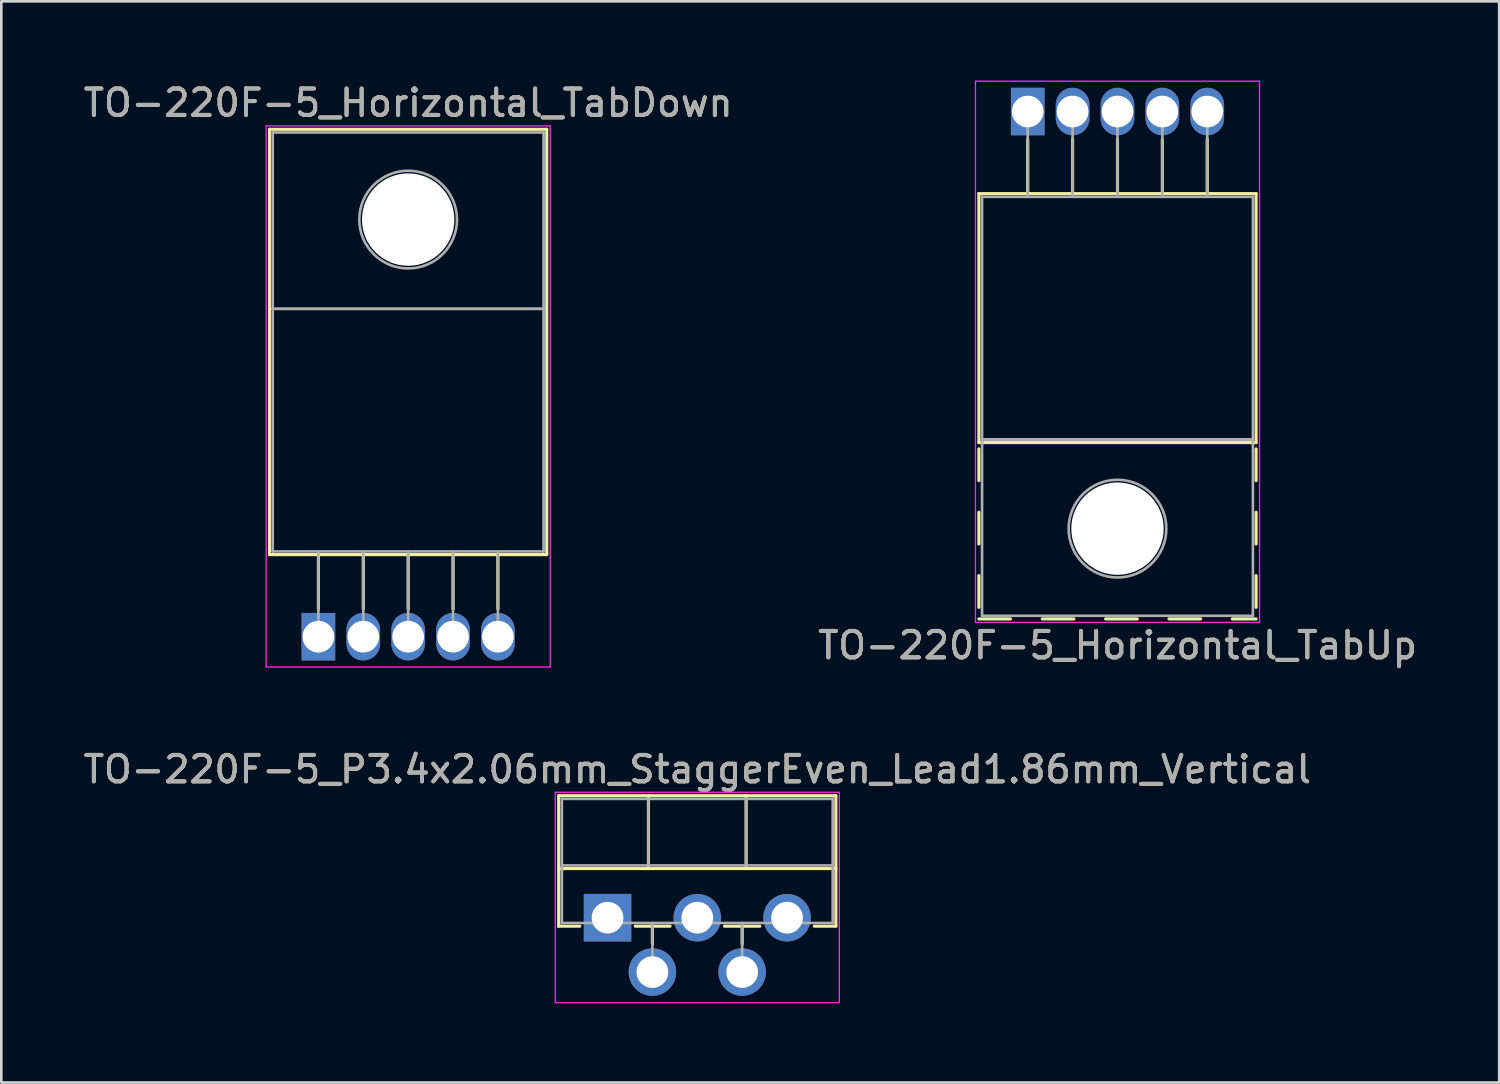
<source format=kicad_pcb>
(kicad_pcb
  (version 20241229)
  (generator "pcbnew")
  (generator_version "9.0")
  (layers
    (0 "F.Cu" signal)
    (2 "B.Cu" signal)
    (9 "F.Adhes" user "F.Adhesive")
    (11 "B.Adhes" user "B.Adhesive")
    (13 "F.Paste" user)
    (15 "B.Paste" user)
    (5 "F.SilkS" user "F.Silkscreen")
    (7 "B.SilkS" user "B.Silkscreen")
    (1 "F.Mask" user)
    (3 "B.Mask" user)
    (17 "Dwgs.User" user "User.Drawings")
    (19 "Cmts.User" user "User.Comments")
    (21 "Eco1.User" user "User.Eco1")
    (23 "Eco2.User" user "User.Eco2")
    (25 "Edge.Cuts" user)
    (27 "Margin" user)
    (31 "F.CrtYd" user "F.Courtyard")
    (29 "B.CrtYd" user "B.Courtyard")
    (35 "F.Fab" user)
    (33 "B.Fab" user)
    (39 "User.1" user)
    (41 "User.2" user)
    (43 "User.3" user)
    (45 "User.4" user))
  (footprint "TO-220F-5_P3.4x2.06mm_StaggerEven_Lead1.86mm_Vertical"
    (layer "F.Cu")
    (at 19.963 31.712)
    (property "Reference" "TO-220F-5_P3.4x2.06mm_StaggerEven_Lead1.86mm_Vertical" (at 3.4 -5.62 0) (layer "F.SilkS") (effects (font (size 1 1) (thickness 0.15))))
    (attr through_hole)
    (fp_line (start -1.85 -4.62) (end -1.85 0.321) (stroke (width 0.12) (type solid)) (layer "F.SilkS"))
    (fp_line (start -1.85 -4.62) (end 8.65 -4.62) (stroke (width 0.12) (type solid)) (layer "F.SilkS"))
    (fp_line (start -1.85 -1.861) (end 8.65 -1.861) (stroke (width 0.12) (type solid)) (layer "F.SilkS"))
    (fp_line (start -1.85 0.321) (end -1.05 0.321) (stroke (width 0.12) (type solid)) (layer "F.SilkS"))
    (fp_line (start 1.05 0.321) (end 2.369 0.321) (stroke (width 0.12) (type solid)) (layer "F.SilkS"))
    (fp_line (start 1.55 -4.62) (end 1.55 -1.861) (stroke (width 0.12) (type solid)) (layer "F.SilkS"))
    (fp_line (start 1.7 0.321) (end 1.7 0.995) (stroke (width 0.12) (type solid)) (layer "F.SilkS"))
    (fp_line (start 4.432 0.321) (end 5.769 0.321) (stroke (width 0.12) (type solid)) (layer "F.SilkS"))
    (fp_line (start 5.1 0.321) (end 5.1 0.995) (stroke (width 0.12) (type solid)) (layer "F.SilkS"))
    (fp_line (start 5.25 -4.62) (end 5.25 -1.861) (stroke (width 0.12) (type solid)) (layer "F.SilkS"))
    (fp_line (start 7.832 0.321) (end 8.65 0.321) (stroke (width 0.12) (type solid)) (layer "F.SilkS"))
    (fp_line (start 8.65 -4.62) (end 8.65 0.321) (stroke (width 0.12) (type solid)) (layer "F.SilkS"))
    (fp_line (start -1.98 -4.75) (end -1.98 3.22) (stroke (width 0.05) (type solid)) (layer "F.CrtYd"))
    (fp_line (start -1.98 3.22) (end 8.78 3.22) (stroke (width 0.05) (type solid)) (layer "F.CrtYd"))
    (fp_line (start 8.78 -4.75) (end -1.98 -4.75) (stroke (width 0.05) (type solid)) (layer "F.CrtYd"))
    (fp_line (start 8.78 3.22) (end 8.78 -4.75) (stroke (width 0.05) (type solid)) (layer "F.CrtYd"))
    (fp_line (start -1.73 -4.5) (end -1.73 0.2) (stroke (width 0.1) (type solid)) (layer "F.Fab"))
    (fp_line (start -1.73 -1.98) (end 8.53 -1.98) (stroke (width 0.1) (type solid)) (layer "F.Fab"))
    (fp_line (start -1.73 0.2) (end 8.53 0.2) (stroke (width 0.1) (type solid)) (layer "F.Fab"))
    (fp_line (start 1.55 -4.5) (end 1.55 -1.98) (stroke (width 0.1) (type solid)) (layer "F.Fab"))
    (fp_line (start 1.7 0.2) (end 1.7 2.06) (stroke (width 0.1) (type solid)) (layer "F.Fab"))
    (fp_line (start 5.1 0.2) (end 5.1 2.06) (stroke (width 0.1) (type solid)) (layer "F.Fab"))
    (fp_line (start 5.25 -4.5) (end 5.25 -1.98) (stroke (width 0.1) (type solid)) (layer "F.Fab"))
    (fp_line (start 8.53 -4.5) (end -1.73 -4.5) (stroke (width 0.1) (type solid)) (layer "F.Fab"))
    (fp_line (start 8.53 0.2) (end 8.53 -4.5) (stroke (width 0.1) (type solid)) (layer "F.Fab"))
    (fp_text user "${REFERENCE}" (at 3.4 -5.62 0) (layer "F.Fab") (effects (font (size 1 1) (thickness 0.15))))
    (pad "1" thru_hole rect (at 0 0) (size 1.8 1.8) (drill 1.2) (layers "*.Cu" "*.Mask"))
    (pad "2" thru_hole oval (at 1.7 2.06) (size 1.8 1.8) (drill 1.2) (layers "*.Cu" "*.Mask"))
    (pad "3" thru_hole oval (at 3.4 0) (size 1.8 1.8) (drill 1.2) (layers "*.Cu" "*.Mask"))
    (pad "4" thru_hole oval (at 5.1 2.06) (size 1.8 1.8) (drill 1.2) (layers "*.Cu" "*.Mask"))
    (pad "5" thru_hole oval (at 6.8 0) (size 1.8 1.8) (drill 1.2) (layers "*.Cu" "*.Mask")))
  (footprint "TO-220F-5_Horizontal_TabDown"
    (layer "F.Cu")
    (at 9.011 21.068)
    (property "Reference" "TO-220F-5_Horizontal_TabDown" (at 3.4 -20.22 0) (layer "F.SilkS") (effects (font (size 1 1) (thickness 0.15))))
    (attr through_hole)
    (fp_line (start -1.85 -19.22) (end -1.85 -3.11) (stroke (width 0.12) (type solid)) (layer "F.SilkS"))
    (fp_line (start -1.85 -19.22) (end 8.65 -19.22) (stroke (width 0.12) (type solid)) (layer "F.SilkS"))
    (fp_line (start -1.85 -3.11) (end 8.65 -3.11) (stroke (width 0.12) (type solid)) (layer "F.SilkS"))
    (fp_line (start 0 -3.11) (end 0 -1.05) (stroke (width 0.12) (type solid)) (layer "F.SilkS"))
    (fp_line (start 1.7 -3.11) (end 1.7 -1.05) (stroke (width 0.12) (type solid)) (layer "F.SilkS"))
    (fp_line (start 3.4 -3.11) (end 3.4 -1.05) (stroke (width 0.12) (type solid)) (layer "F.SilkS"))
    (fp_line (start 5.1 -3.11) (end 5.1 -1.05) (stroke (width 0.12) (type solid)) (layer "F.SilkS"))
    (fp_line (start 6.8 -3.11) (end 6.8 -1.05) (stroke (width 0.12) (type solid)) (layer "F.SilkS"))
    (fp_line (start 8.65 -19.22) (end 8.65 -3.11) (stroke (width 0.12) (type solid)) (layer "F.SilkS"))
    (fp_line (start -1.98 -19.35) (end -1.98 1.15) (stroke (width 0.05) (type solid)) (layer "F.CrtYd"))
    (fp_line (start -1.98 1.15) (end 8.78 1.15) (stroke (width 0.05) (type solid)) (layer "F.CrtYd"))
    (fp_line (start 8.78 -19.35) (end -1.98 -19.35) (stroke (width 0.05) (type solid)) (layer "F.CrtYd"))
    (fp_line (start 8.78 1.15) (end 8.78 -19.35) (stroke (width 0.05) (type solid)) (layer "F.CrtYd"))
    (fp_line (start -1.73 -19.1) (end 8.53 -19.1) (stroke (width 0.1) (type solid)) (layer "F.Fab"))
    (fp_line (start -1.73 -12.42) (end -1.73 -19.1) (stroke (width 0.1) (type solid)) (layer "F.Fab"))
    (fp_line (start -1.73 -12.42) (end 8.53 -12.42) (stroke (width 0.1) (type solid)) (layer "F.Fab"))
    (fp_line (start -1.73 -3.23) (end -1.73 -12.42) (stroke (width 0.1) (type solid)) (layer "F.Fab"))
    (fp_line (start 0 -3.23) (end 0 0) (stroke (width 0.1) (type solid)) (layer "F.Fab"))
    (fp_line (start 1.7 -3.23) (end 1.7 0) (stroke (width 0.1) (type solid)) (layer "F.Fab"))
    (fp_line (start 3.4 -3.23) (end 3.4 0) (stroke (width 0.1) (type solid)) (layer "F.Fab"))
    (fp_line (start 5.1 -3.23) (end 5.1 0) (stroke (width 0.1) (type solid)) (layer "F.Fab"))
    (fp_line (start 6.8 -3.23) (end 6.8 0) (stroke (width 0.1) (type solid)) (layer "F.Fab"))
    (fp_line (start 8.53 -19.1) (end 8.53 -12.42) (stroke (width 0.1) (type solid)) (layer "F.Fab"))
    (fp_line (start 8.53 -12.42) (end -1.73 -12.42) (stroke (width 0.1) (type solid)) (layer "F.Fab"))
    (fp_line (start 8.53 -12.42) (end 8.53 -3.23) (stroke (width 0.1) (type solid)) (layer "F.Fab"))
    (fp_line (start 8.53 -3.23) (end -1.73 -3.23) (stroke (width 0.1) (type solid)) (layer "F.Fab"))
    (fp_circle (center 3.4 -15.8) (end 5.25 -15.8) (stroke (width 0.1) (type solid)) (fill no) (layer "F.Fab"))
    (fp_text user "${REFERENCE}" (at 3.4 -20.22 0) (layer "F.Fab") (effects (font (size 1 1) (thickness 0.15))))
    (pad "" np_thru_hole oval (at 3.4 -15.8) (size 3.5 3.5) (drill 3.5) (layers "*.Cu" "*.Mask"))
    (pad "1" thru_hole rect (at 0 0) (size 1.275 1.8) (drill 1.2) (layers "*.Cu" "*.Mask"))
    (pad "2" thru_hole oval (at 1.7 0) (size 1.275 1.8) (drill 1.2) (layers "*.Cu" "*.Mask"))
    (pad "3" thru_hole oval (at 3.4 0) (size 1.275 1.8) (drill 1.2) (layers "*.Cu" "*.Mask"))
    (pad "4" thru_hole oval (at 5.1 0) (size 1.275 1.8) (drill 1.2) (layers "*.Cu" "*.Mask"))
    (pad "5" thru_hole oval (at 6.8 0) (size 1.275 1.8) (drill 1.2) (layers "*.Cu" "*.Mask")))
  (footprint "TO-220F-5_Horizontal_TabUp"
    (layer "F.Cu")
    (at 35.88 1.175)
    (property "Reference" "TO-220F-5_Horizontal_TabUp" (at 3.4 20.22 0) (layer "F.SilkS") (effects (font (size 1 1) (thickness 0.15))))
    (attr through_hole)
    (fp_line (start -1.85 3.11) (end -1.85 12.54) (stroke (width 0.12) (type solid)) (layer "F.SilkS"))
    (fp_line (start -1.85 3.11) (end 8.65 3.11) (stroke (width 0.12) (type solid)) (layer "F.SilkS"))
    (fp_line (start -1.85 12.54) (end 8.65 12.54) (stroke (width 0.12) (type solid)) (layer "F.SilkS"))
    (fp_line (start -1.85 12.78) (end -1.85 13.98) (stroke (width 0.12) (type solid)) (layer "F.SilkS"))
    (fp_line (start -1.85 15.18) (end -1.85 16.38) (stroke (width 0.12) (type solid)) (layer "F.SilkS"))
    (fp_line (start -1.85 17.58) (end -1.85 18.78) (stroke (width 0.12) (type solid)) (layer "F.SilkS"))
    (fp_line (start -1.85 19.22) (end -0.651 19.22) (stroke (width 0.12) (type solid)) (layer "F.SilkS"))
    (fp_line (start 0 1.05) (end 0 3.11) (stroke (width 0.12) (type solid)) (layer "F.SilkS"))
    (fp_line (start 0.55 19.22) (end 1.75 19.22) (stroke (width 0.12) (type solid)) (layer "F.SilkS"))
    (fp_line (start 1.7 1.05) (end 1.7 3.11) (stroke (width 0.12) (type solid)) (layer "F.SilkS"))
    (fp_line (start 2.95 19.22) (end 4.15 19.22) (stroke (width 0.12) (type solid)) (layer "F.SilkS"))
    (fp_line (start 3.4 1.05) (end 3.4 3.11) (stroke (width 0.12) (type solid)) (layer "F.SilkS"))
    (fp_line (start 5.1 1.05) (end 5.1 3.11) (stroke (width 0.12) (type solid)) (layer "F.SilkS"))
    (fp_line (start 5.35 19.22) (end 6.55 19.22) (stroke (width 0.12) (type solid)) (layer "F.SilkS"))
    (fp_line (start 6.8 1.05) (end 6.8 3.11) (stroke (width 0.12) (type solid)) (layer "F.SilkS"))
    (fp_line (start 7.75 19.22) (end 8.65 19.22) (stroke (width 0.12) (type solid)) (layer "F.SilkS"))
    (fp_line (start 8.65 3.11) (end 8.65 12.54) (stroke (width 0.12) (type solid)) (layer "F.SilkS"))
    (fp_line (start 8.65 12.78) (end 8.65 13.98) (stroke (width 0.12) (type solid)) (layer "F.SilkS"))
    (fp_line (start 8.65 15.18) (end 8.65 16.38) (stroke (width 0.12) (type solid)) (layer "F.SilkS"))
    (fp_line (start 8.65 17.58) (end 8.65 18.78) (stroke (width 0.12) (type solid)) (layer "F.SilkS"))
    (fp_line (start -1.98 -1.15) (end -1.98 19.35) (stroke (width 0.05) (type solid)) (layer "F.CrtYd"))
    (fp_line (start -1.98 19.35) (end 8.78 19.35) (stroke (width 0.05) (type solid)) (layer "F.CrtYd"))
    (fp_line (start 8.78 -1.15) (end -1.98 -1.15) (stroke (width 0.05) (type solid)) (layer "F.CrtYd"))
    (fp_line (start 8.78 19.35) (end 8.78 -1.15) (stroke (width 0.05) (type solid)) (layer "F.CrtYd"))
    (fp_line (start -1.73 3.23) (end -1.73 12.42) (stroke (width 0.1) (type solid)) (layer "F.Fab"))
    (fp_line (start -1.73 12.42) (end -1.73 19.1) (stroke (width 0.1) (type solid)) (layer "F.Fab"))
    (fp_line (start -1.73 12.42) (end 8.53 12.42) (stroke (width 0.1) (type solid)) (layer "F.Fab"))
    (fp_line (start -1.73 19.1) (end 8.53 19.1) (stroke (width 0.1) (type solid)) (layer "F.Fab"))
    (fp_line (start 0 3.23) (end 0 0) (stroke (width 0.1) (type solid)) (layer "F.Fab"))
    (fp_line (start 1.7 3.23) (end 1.7 0) (stroke (width 0.1) (type solid)) (layer "F.Fab"))
    (fp_line (start 3.4 3.23) (end 3.4 0) (stroke (width 0.1) (type solid)) (layer "F.Fab"))
    (fp_line (start 5.1 3.23) (end 5.1 0) (stroke (width 0.1) (type solid)) (layer "F.Fab"))
    (fp_line (start 6.8 3.23) (end 6.8 0) (stroke (width 0.1) (type solid)) (layer "F.Fab"))
    (fp_line (start 8.53 3.23) (end -1.73 3.23) (stroke (width 0.1) (type solid)) (layer "F.Fab"))
    (fp_line (start 8.53 12.42) (end -1.73 12.42) (stroke (width 0.1) (type solid)) (layer "F.Fab"))
    (fp_line (start 8.53 12.42) (end 8.53 3.23) (stroke (width 0.1) (type solid)) (layer "F.Fab"))
    (fp_line (start 8.53 19.1) (end 8.53 12.42) (stroke (width 0.1) (type solid)) (layer "F.Fab"))
    (fp_circle (center 3.4 15.8) (end 5.25 15.8) (stroke (width 0.1) (type solid)) (fill no) (layer "F.Fab"))
    (fp_text user "${REFERENCE}" (at 3.4 20.22 0) (layer "F.Fab") (effects (font (size 1 1) (thickness 0.15))))
    (pad "" np_thru_hole oval (at 3.4 15.8) (size 3.5 3.5) (drill 3.5) (layers "*.Cu" "*.Mask"))
    (pad "1" thru_hole rect (at 0 0) (size 1.275 1.8) (drill 1.2) (layers "*.Cu" "*.Mask"))
    (pad "2" thru_hole oval (at 1.7 0) (size 1.275 1.8) (drill 1.2) (layers "*.Cu" "*.Mask"))
    (pad "3" thru_hole oval (at 3.4 0) (size 1.275 1.8) (drill 1.2) (layers "*.Cu" "*.Mask"))
    (pad "4" thru_hole oval (at 5.1 0) (size 1.275 1.8) (drill 1.2) (layers "*.Cu" "*.Mask"))
    (pad "5" thru_hole oval (at 6.8 0) (size 1.275 1.8) (drill 1.2) (layers "*.Cu" "*.Mask")))
  (gr_rect
    (start -3 -3)
    (end 53.738 37.956)
    (stroke (width 0.1) (type default))
    (fill no)
    (layer "Edge.Cuts")))
</source>
